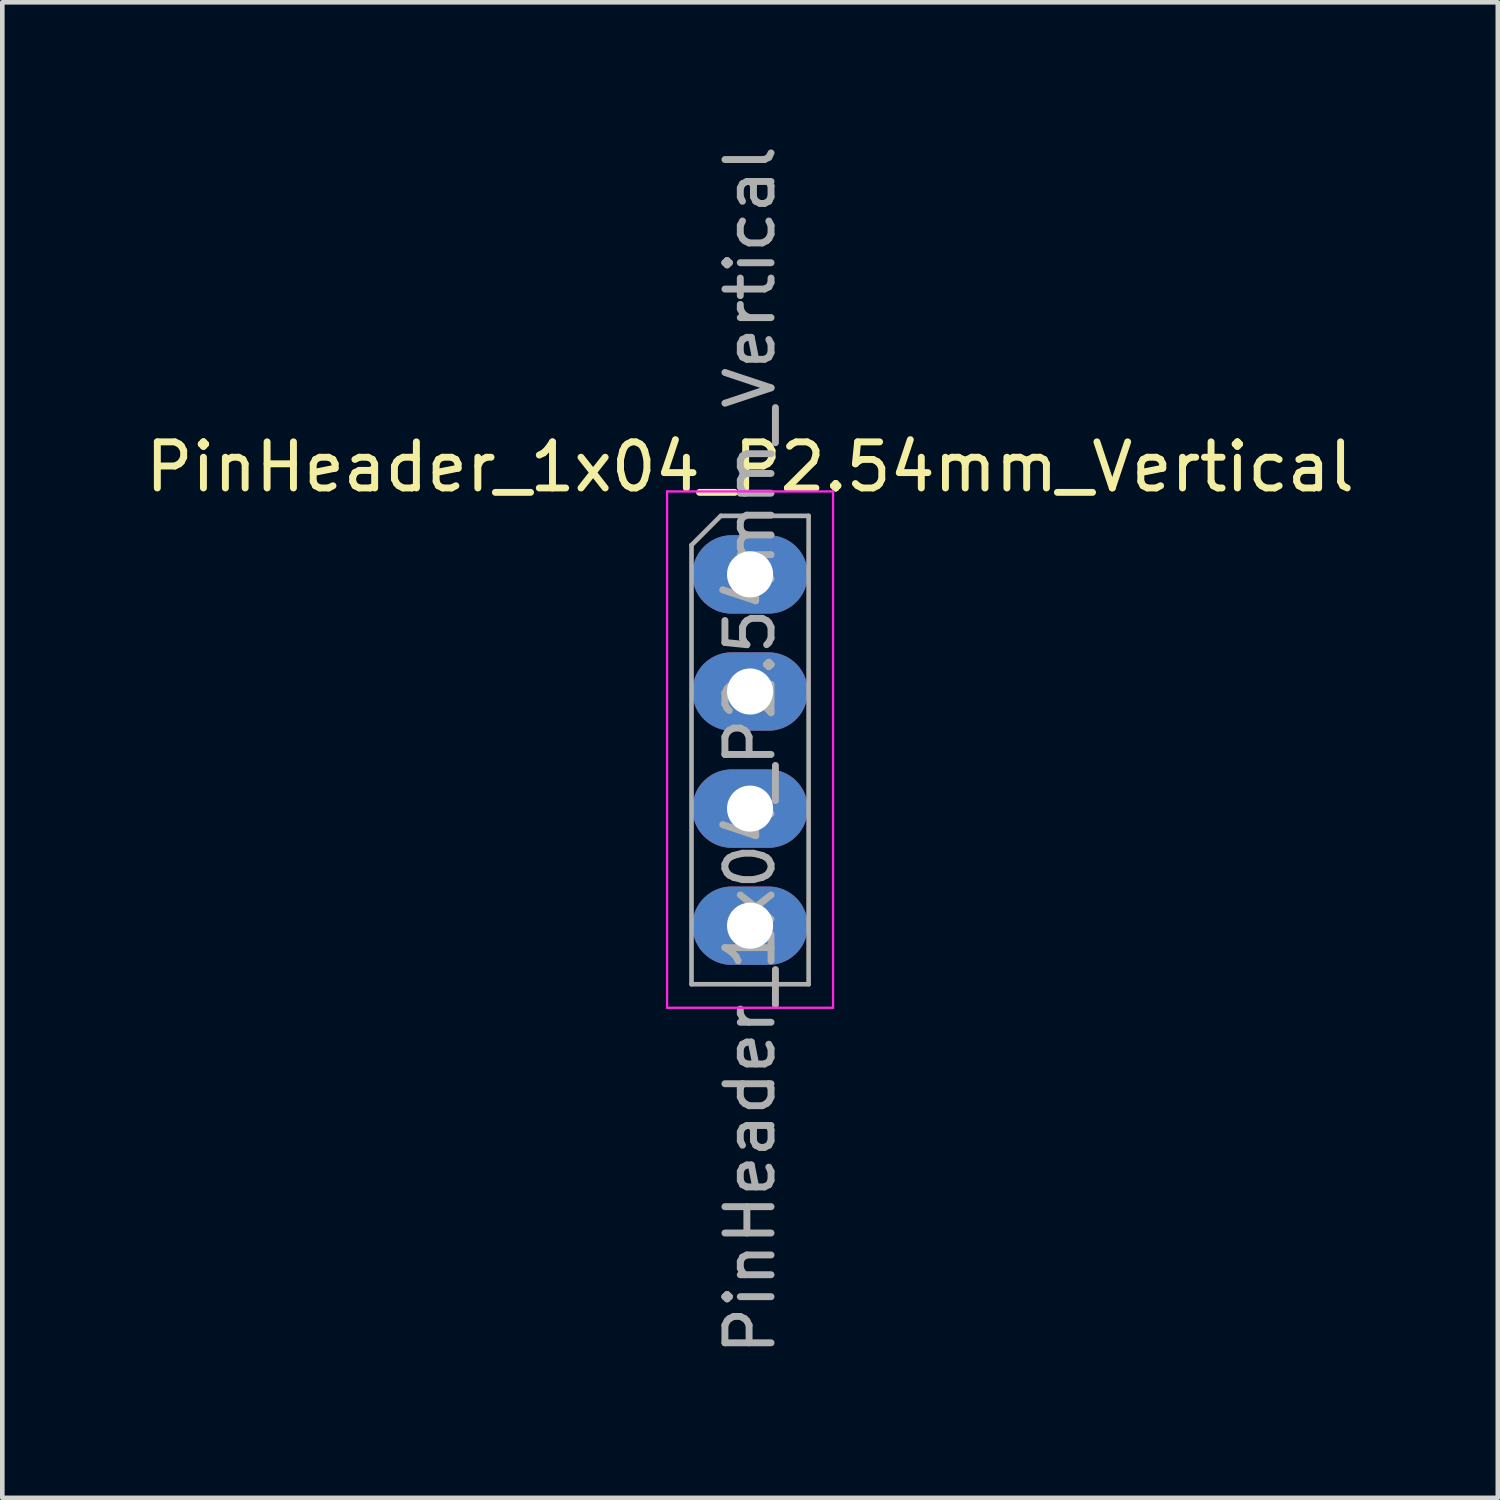
<source format=kicad_pcb>
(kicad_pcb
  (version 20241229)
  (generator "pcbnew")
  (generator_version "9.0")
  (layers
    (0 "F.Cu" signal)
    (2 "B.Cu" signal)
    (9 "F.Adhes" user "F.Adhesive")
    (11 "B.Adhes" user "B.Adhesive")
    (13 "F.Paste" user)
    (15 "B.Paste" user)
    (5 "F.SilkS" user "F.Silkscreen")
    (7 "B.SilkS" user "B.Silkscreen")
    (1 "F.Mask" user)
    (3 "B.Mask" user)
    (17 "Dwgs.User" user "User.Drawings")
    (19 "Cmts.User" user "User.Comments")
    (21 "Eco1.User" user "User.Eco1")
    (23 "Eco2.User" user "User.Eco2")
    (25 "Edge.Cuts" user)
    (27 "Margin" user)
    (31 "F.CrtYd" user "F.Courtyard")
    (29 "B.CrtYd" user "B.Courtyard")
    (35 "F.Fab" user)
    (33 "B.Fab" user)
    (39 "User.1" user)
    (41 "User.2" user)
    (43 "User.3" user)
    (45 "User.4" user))
  (footprint "PinHeader_1x04_P2.54mm_Vertical"
    (layer "F.Cu")
    (at 13.22 9.41)
    (property "Reference" "PinHeader_1x04_P2.54mm_Vertical" (at 0 -2.33 0) (layer "F.SilkS") (effects (font (size 1 1) (thickness 0.15))))
    (attr through_hole)
    (fp_line (start -1.8 -1.8) (end -1.8 9.4) (stroke (width 0.05) (type solid)) (layer "F.CrtYd"))
    (fp_line (start -1.8 9.4) (end 1.8 9.4) (stroke (width 0.05) (type solid)) (layer "F.CrtYd"))
    (fp_line (start 1.8 -1.8) (end -1.8 -1.8) (stroke (width 0.05) (type solid)) (layer "F.CrtYd"))
    (fp_line (start 1.8 9.4) (end 1.8 -1.8) (stroke (width 0.05) (type solid)) (layer "F.CrtYd"))
    (fp_line (start -1.27 -0.635) (end -0.635 -1.27) (stroke (width 0.1) (type solid)) (layer "F.Fab"))
    (fp_line (start -1.27 8.89) (end -1.27 -0.635) (stroke (width 0.1) (type solid)) (layer "F.Fab"))
    (fp_line (start -0.635 -1.27) (end 1.27 -1.27) (stroke (width 0.1) (type solid)) (layer "F.Fab"))
    (fp_line (start 1.27 -1.27) (end 1.27 8.89) (stroke (width 0.1) (type solid)) (layer "F.Fab"))
    (fp_line (start 1.27 8.89) (end -1.27 8.89) (stroke (width 0.1) (type solid)) (layer "F.Fab"))
    (fp_text user "${REFERENCE}" (at 0 3.81 90) (layer "F.Fab") (effects (font (size 1 1) (thickness 0.15))))
    (pad "1" thru_hole oval (at 0 0) (size 2.5 1.7) (drill 1) (layers "*.Cu" "*.Mask"))
    (pad "2" thru_hole oval (at 0 2.54) (size 2.5 1.7) (drill 1) (layers "*.Cu" "*.Mask"))
    (pad "3" thru_hole oval (at 0 5.08) (size 2.5 1.7) (drill 1) (layers "*.Cu" "*.Mask"))
    (pad "4" thru_hole oval (at 0 7.62) (size 2.5 1.7) (drill 1) (layers "*.Cu" "*.Mask")))
  (gr_rect
    (start -3 -3)
    (end 29.44 29.44)
    (stroke (width 0.1) (type default))
    (fill no)
    (layer "Edge.Cuts")))
</source>
